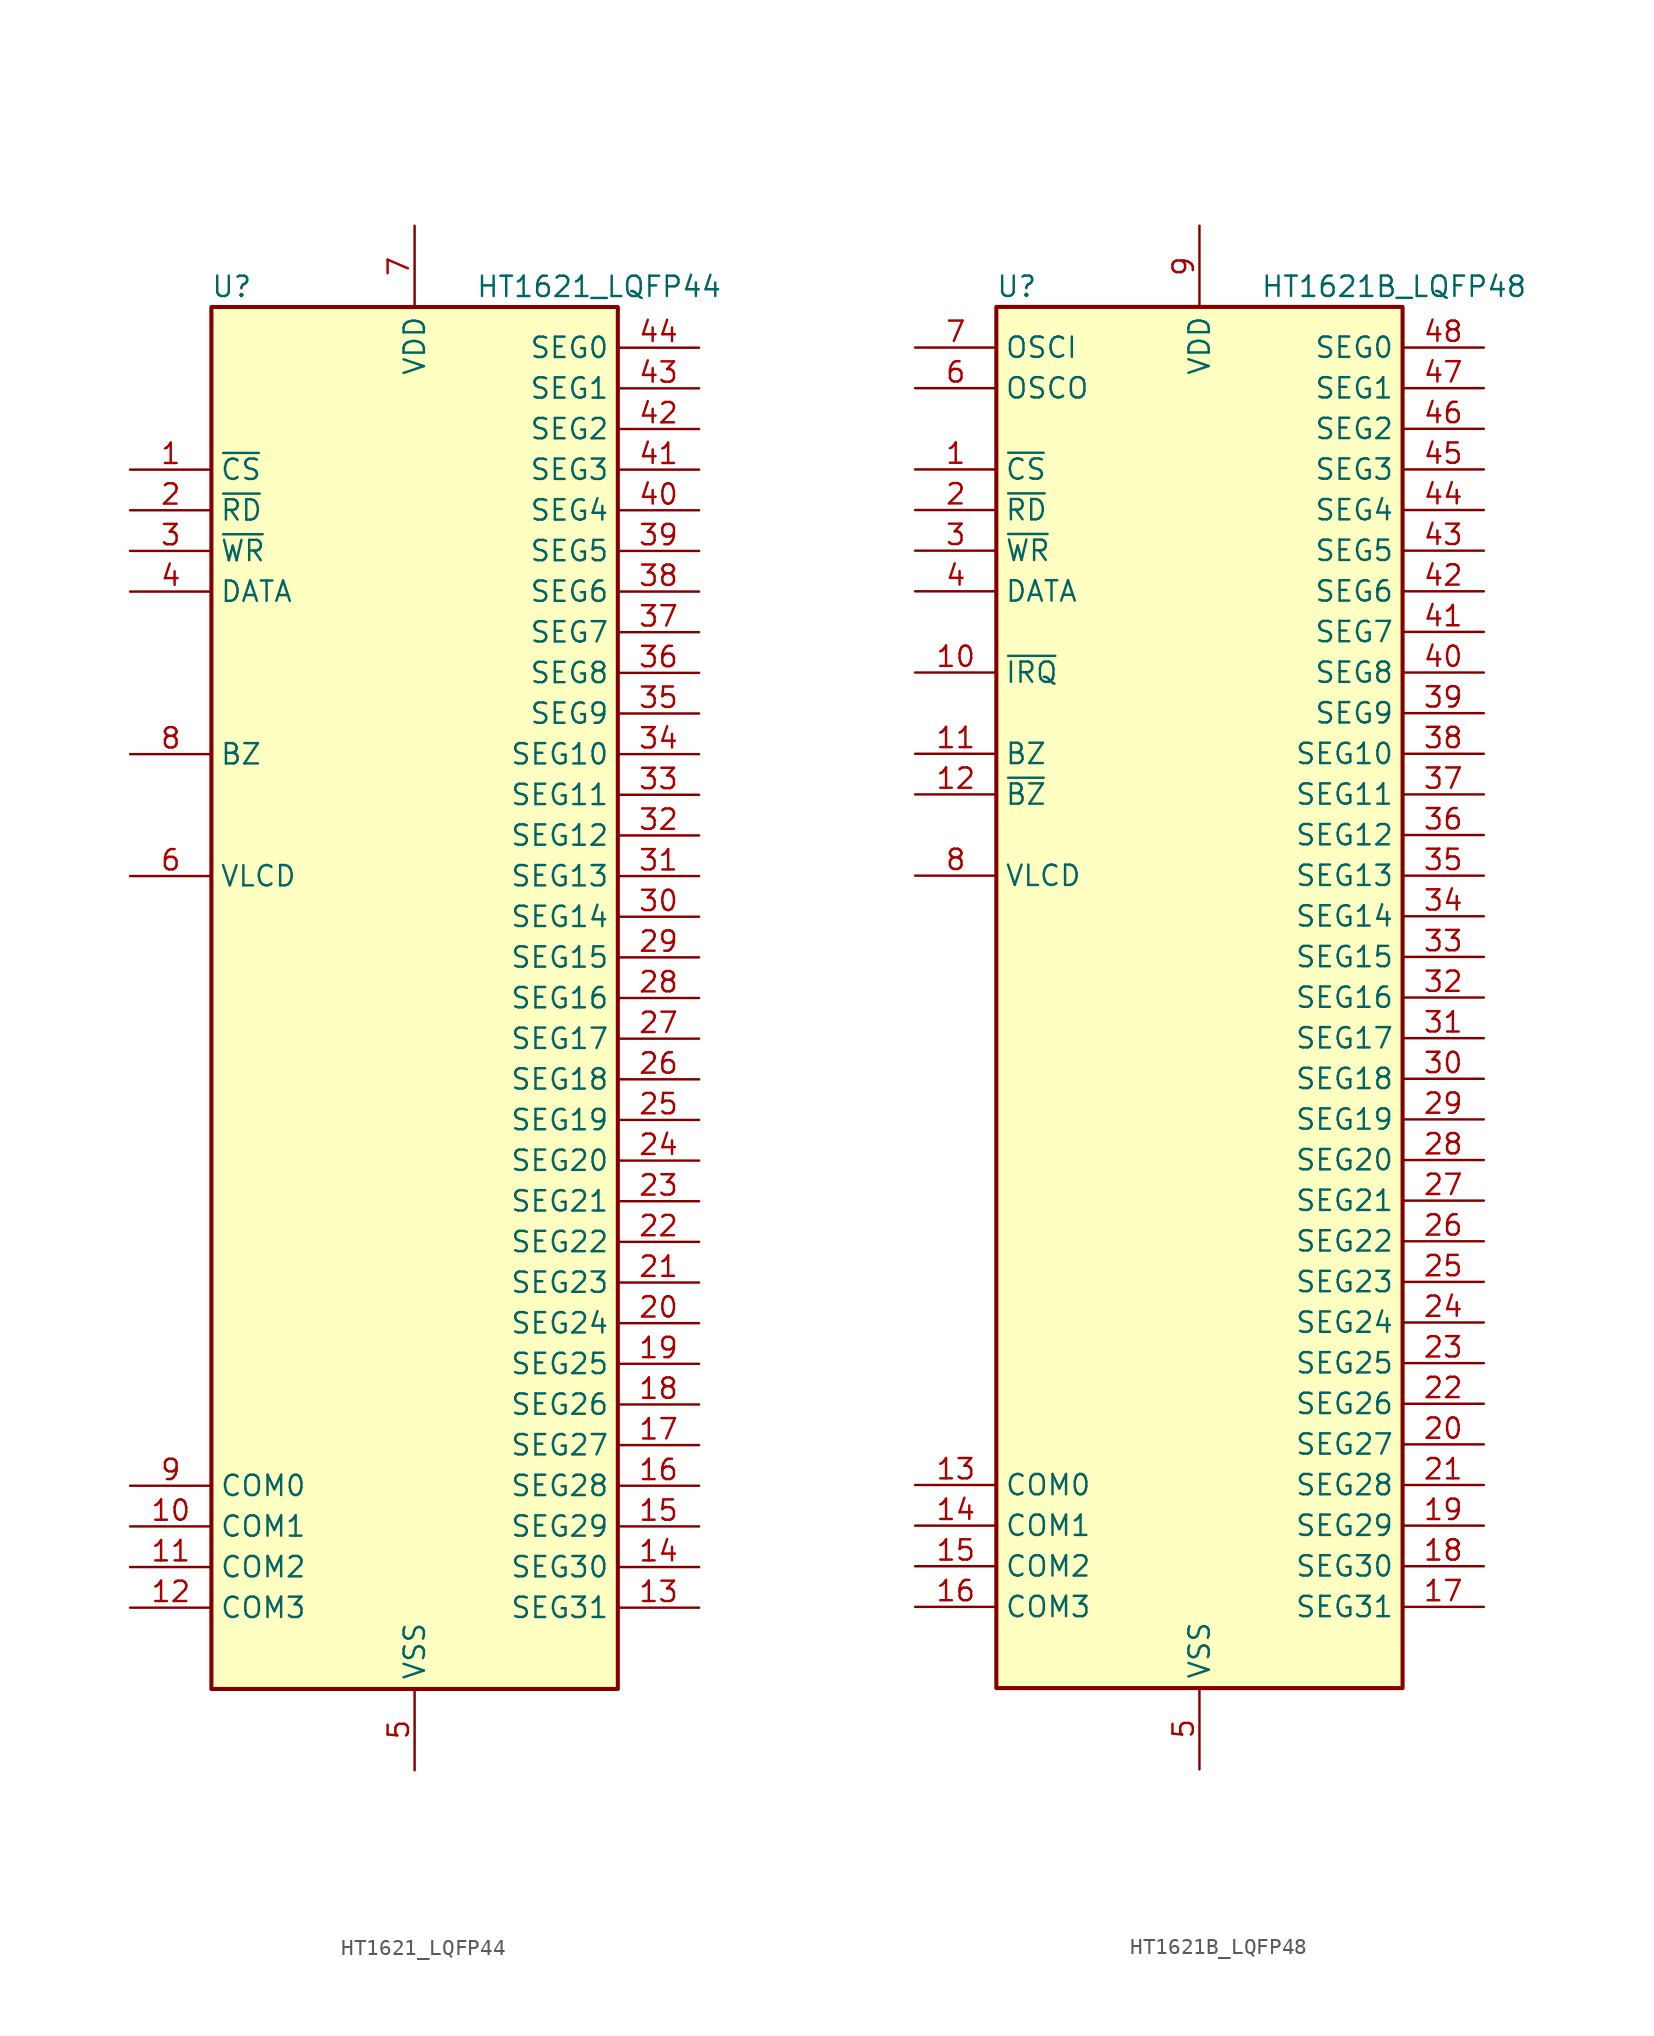
<source format=kicad_sym>
(kicad_symbol_lib
  (version 20211014)
  (generator kicad_symbol_editor)
  (symbol "HT1621_LQFP44"
    (property "Reference" "U"
      (at -11.43 44.45 0)
      (effects (font (size 1.27 1.27))))
    (property "Value" "HT1621_LQFP44"
      (at 3.81 44.45 0)
      (effects (font (size 1.27 1.27)) (justify left)))
    (symbol "HT1621_LQFP44_0_1"
      (rectangle (start -12.7 43.18) (end 12.7 -43.18) (stroke (width 0.254) (type default) (color 0 0 0 0)) (fill (type background))))
    (symbol "HT1621_LQFP44_1_1"
      (pin input line (at -17.78 33.02 0) (length 5.08) (name "~{CS}" (effects (font (size 1.27 1.27)))) (number "1" (effects (font (size 1.27 1.27)))))
      (pin output line (at -17.78 -33.02 0) (length 5.08) (name "COM1" (effects (font (size 1.27 1.27)))) (number "10" (effects (font (size 1.27 1.27)))))
      (pin output line (at -17.78 -35.56 0) (length 5.08) (name "COM2" (effects (font (size 1.27 1.27)))) (number "11" (effects (font (size 1.27 1.27)))))
      (pin output line (at -17.78 -38.1 0) (length 5.08) (name "COM3" (effects (font (size 1.27 1.27)))) (number "12" (effects (font (size 1.27 1.27)))))
      (pin output line (at 17.78 -38.1 180) (length 5.08) (name "SEG31" (effects (font (size 1.27 1.27)))) (number "13" (effects (font (size 1.27 1.27)))))
      (pin output line (at 17.78 -35.56 180) (length 5.08) (name "SEG30" (effects (font (size 1.27 1.27)))) (number "14" (effects (font (size 1.27 1.27)))))
      (pin output line (at 17.78 -33.02 180) (length 5.08) (name "SEG29" (effects (font (size 1.27 1.27)))) (number "15" (effects (font (size 1.27 1.27)))))
      (pin output line (at 17.78 -30.48 180) (length 5.08) (name "SEG28" (effects (font (size 1.27 1.27)))) (number "16" (effects (font (size 1.27 1.27)))))
      (pin output line (at 17.78 -27.94 180) (length 5.08) (name "SEG27" (effects (font (size 1.27 1.27)))) (number "17" (effects (font (size 1.27 1.27)))))
      (pin output line (at 17.78 -25.4 180) (length 5.08) (name "SEG26" (effects (font (size 1.27 1.27)))) (number "18" (effects (font (size 1.27 1.27)))))
      (pin output line (at 17.78 -22.86 180) (length 5.08) (name "SEG25" (effects (font (size 1.27 1.27)))) (number "19" (effects (font (size 1.27 1.27)))))
      (pin input line (at -17.78 30.48 0) (length 5.08) (name "~{RD}" (effects (font (size 1.27 1.27)))) (number "2" (effects (font (size 1.27 1.27)))))
      (pin output line (at 17.78 -20.32 180) (length 5.08) (name "SEG24" (effects (font (size 1.27 1.27)))) (number "20" (effects (font (size 1.27 1.27)))))
      (pin output line (at 17.78 -17.78 180) (length 5.08) (name "SEG23" (effects (font (size 1.27 1.27)))) (number "21" (effects (font (size 1.27 1.27)))))
      (pin output line (at 17.78 -15.24 180) (length 5.08) (name "SEG22" (effects (font (size 1.27 1.27)))) (number "22" (effects (font (size 1.27 1.27)))))
      (pin output line (at 17.78 -12.7 180) (length 5.08) (name "SEG21" (effects (font (size 1.27 1.27)))) (number "23" (effects (font (size 1.27 1.27)))))
      (pin output line (at 17.78 -10.16 180) (length 5.08) (name "SEG20" (effects (font (size 1.27 1.27)))) (number "24" (effects (font (size 1.27 1.27)))))
      (pin output line (at 17.78 -7.62 180) (length 5.08) (name "SEG19" (effects (font (size 1.27 1.27)))) (number "25" (effects (font (size 1.27 1.27)))))
      (pin output line (at 17.78 -5.08 180) (length 5.08) (name "SEG18" (effects (font (size 1.27 1.27)))) (number "26" (effects (font (size 1.27 1.27)))))
      (pin output line (at 17.78 -2.54 180) (length 5.08) (name "SEG17" (effects (font (size 1.27 1.27)))) (number "27" (effects (font (size 1.27 1.27)))))
      (pin output line (at 17.78 0 180) (length 5.08) (name "SEG16" (effects (font (size 1.27 1.27)))) (number "28" (effects (font (size 1.27 1.27)))))
      (pin output line (at 17.78 2.54 180) (length 5.08) (name "SEG15" (effects (font (size 1.27 1.27)))) (number "29" (effects (font (size 1.27 1.27)))))
      (pin input line (at -17.78 27.94 0) (length 5.08) (name "~{WR}" (effects (font (size 1.27 1.27)))) (number "3" (effects (font (size 1.27 1.27)))))
      (pin output line (at 17.78 5.08 180) (length 5.08) (name "SEG14" (effects (font (size 1.27 1.27)))) (number "30" (effects (font (size 1.27 1.27)))))
      (pin output line (at 17.78 7.62 180) (length 5.08) (name "SEG13" (effects (font (size 1.27 1.27)))) (number "31" (effects (font (size 1.27 1.27)))))
      (pin output line (at 17.78 10.16 180) (length 5.08) (name "SEG12" (effects (font (size 1.27 1.27)))) (number "32" (effects (font (size 1.27 1.27)))))
      (pin output line (at 17.78 12.7 180) (length 5.08) (name "SEG11" (effects (font (size 1.27 1.27)))) (number "33" (effects (font (size 1.27 1.27)))))
      (pin output line (at 17.78 15.24 180) (length 5.08) (name "SEG10" (effects (font (size 1.27 1.27)))) (number "34" (effects (font (size 1.27 1.27)))))
      (pin output line (at 17.78 17.78 180) (length 5.08) (name "SEG9" (effects (font (size 1.27 1.27)))) (number "35" (effects (font (size 1.27 1.27)))))
      (pin output line (at 17.78 20.32 180) (length 5.08) (name "SEG8" (effects (font (size 1.27 1.27)))) (number "36" (effects (font (size 1.27 1.27)))))
      (pin output line (at 17.78 22.86 180) (length 5.08) (name "SEG7" (effects (font (size 1.27 1.27)))) (number "37" (effects (font (size 1.27 1.27)))))
      (pin output line (at 17.78 25.4 180) (length 5.08) (name "SEG6" (effects (font (size 1.27 1.27)))) (number "38" (effects (font (size 1.27 1.27)))))
      (pin output line (at 17.78 27.94 180) (length 5.08) (name "SEG5" (effects (font (size 1.27 1.27)))) (number "39" (effects (font (size 1.27 1.27)))))
      (pin bidirectional line (at -17.78 25.4 0) (length 5.08) (name "DATA" (effects (font (size 1.27 1.27)))) (number "4" (effects (font (size 1.27 1.27)))))
      (pin output line (at 17.78 30.48 180) (length 5.08) (name "SEG4" (effects (font (size 1.27 1.27)))) (number "40" (effects (font (size 1.27 1.27)))))
      (pin output line (at 17.78 33.02 180) (length 5.08) (name "SEG3" (effects (font (size 1.27 1.27)))) (number "41" (effects (font (size 1.27 1.27)))))
      (pin output line (at 17.78 35.56 180) (length 5.08) (name "SEG2" (effects (font (size 1.27 1.27)))) (number "42" (effects (font (size 1.27 1.27)))))
      (pin output line (at 17.78 38.1 180) (length 5.08) (name "SEG1" (effects (font (size 1.27 1.27)))) (number "43" (effects (font (size 1.27 1.27)))))
      (pin output line (at 17.78 40.64 180) (length 5.08) (name "SEG0" (effects (font (size 1.27 1.27)))) (number "44" (effects (font (size 1.27 1.27)))))
      (pin power_in line (at 0 -48.26 90) (length 5.08) (name "VSS" (effects (font (size 1.27 1.27)))) (number "5" (effects (font (size 1.27 1.27)))))
      (pin input line (at -17.78 7.62 0) (length 5.08) (name "VLCD" (effects (font (size 1.27 1.27)))) (number "6" (effects (font (size 1.27 1.27)))))
      (pin power_in line (at 0 48.26 270) (length 5.08) (name "VDD" (effects (font (size 1.27 1.27)))) (number "7" (effects (font (size 1.27 1.27)))))
      (pin output line (at -17.78 15.24 0) (length 5.08) (name "BZ" (effects (font (size 1.27 1.27)))) (number "8" (effects (font (size 1.27 1.27)))))
      (pin output line (at -17.78 -30.48 0) (length 5.08) (name "COM0" (effects (font (size 1.27 1.27)))) (number "9" (effects (font (size 1.27 1.27)))))))
  (symbol "HT1621B_LQFP48"
    (property "Reference" "U"
      (at -11.43 44.45 0)
      (effects (font (size 1.27 1.27))))
    (property "Value" "HT1621B_LQFP48"
      (at 3.81 44.45 0)
      (effects (font (size 1.27 1.27)) (justify left)))
    (symbol "HT1621B_LQFP48_0_1"
      (rectangle (start -12.7 43.18) (end 12.7 -43.18) (stroke (width 0.254) (type default) (color 0 0 0 0)) (fill (type background))))
    (symbol "HT1621B_LQFP48_1_1"
      (pin input line (at -17.78 33.02 0) (length 5.08) (name "~{CS}" (effects (font (size 1.27 1.27)))) (number "1" (effects (font (size 1.27 1.27)))))
      (pin output line (at -17.78 20.32 0) (length 5.08) (name "~{IRQ}" (effects (font (size 1.27 1.27)))) (number "10" (effects (font (size 1.27 1.27)))))
      (pin output line (at -17.78 15.24 0) (length 5.08) (name "BZ" (effects (font (size 1.27 1.27)))) (number "11" (effects (font (size 1.27 1.27)))))
      (pin output line (at -17.78 12.7 0) (length 5.08) (name "~{BZ}" (effects (font (size 1.27 1.27)))) (number "12" (effects (font (size 1.27 1.27)))))
      (pin output line (at -17.78 -30.48 0) (length 5.08) (name "COM0" (effects (font (size 1.27 1.27)))) (number "13" (effects (font (size 1.27 1.27)))))
      (pin output line (at -17.78 -33.02 0) (length 5.08) (name "COM1" (effects (font (size 1.27 1.27)))) (number "14" (effects (font (size 1.27 1.27)))))
      (pin output line (at -17.78 -35.56 0) (length 5.08) (name "COM2" (effects (font (size 1.27 1.27)))) (number "15" (effects (font (size 1.27 1.27)))))
      (pin output line (at -17.78 -38.1 0) (length 5.08) (name "COM3" (effects (font (size 1.27 1.27)))) (number "16" (effects (font (size 1.27 1.27)))))
      (pin output line (at 17.78 -38.1 180) (length 5.08) (name "SEG31" (effects (font (size 1.27 1.27)))) (number "17" (effects (font (size 1.27 1.27)))))
      (pin output line (at 17.78 -35.56 180) (length 5.08) (name "SEG30" (effects (font (size 1.27 1.27)))) (number "18" (effects (font (size 1.27 1.27)))))
      (pin output line (at 17.78 -33.02 180) (length 5.08) (name "SEG29" (effects (font (size 1.27 1.27)))) (number "19" (effects (font (size 1.27 1.27)))))
      (pin input line (at -17.78 30.48 0) (length 5.08) (name "~{RD}" (effects (font (size 1.27 1.27)))) (number "2" (effects (font (size 1.27 1.27)))))
      (pin output line (at 17.78 -27.94 180) (length 5.08) (name "SEG27" (effects (font (size 1.27 1.27)))) (number "20" (effects (font (size 1.27 1.27)))))
      (pin output line (at 17.78 -30.48 180) (length 5.08) (name "SEG28" (effects (font (size 1.27 1.27)))) (number "21" (effects (font (size 1.27 1.27)))))
      (pin output line (at 17.78 -25.4 180) (length 5.08) (name "SEG26" (effects (font (size 1.27 1.27)))) (number "22" (effects (font (size 1.27 1.27)))))
      (pin output line (at 17.78 -22.86 180) (length 5.08) (name "SEG25" (effects (font (size 1.27 1.27)))) (number "23" (effects (font (size 1.27 1.27)))))
      (pin output line (at 17.78 -20.32 180) (length 5.08) (name "SEG24" (effects (font (size 1.27 1.27)))) (number "24" (effects (font (size 1.27 1.27)))))
      (pin output line (at 17.78 -17.78 180) (length 5.08) (name "SEG23" (effects (font (size 1.27 1.27)))) (number "25" (effects (font (size 1.27 1.27)))))
      (pin output line (at 17.78 -15.24 180) (length 5.08) (name "SEG22" (effects (font (size 1.27 1.27)))) (number "26" (effects (font (size 1.27 1.27)))))
      (pin output line (at 17.78 -12.7 180) (length 5.08) (name "SEG21" (effects (font (size 1.27 1.27)))) (number "27" (effects (font (size 1.27 1.27)))))
      (pin output line (at 17.78 -10.16 180) (length 5.08) (name "SEG20" (effects (font (size 1.27 1.27)))) (number "28" (effects (font (size 1.27 1.27)))))
      (pin output line (at 17.78 -7.62 180) (length 5.08) (name "SEG19" (effects (font (size 1.27 1.27)))) (number "29" (effects (font (size 1.27 1.27)))))
      (pin input line (at -17.78 27.94 0) (length 5.08) (name "~{WR}" (effects (font (size 1.27 1.27)))) (number "3" (effects (font (size 1.27 1.27)))))
      (pin output line (at 17.78 -5.08 180) (length 5.08) (name "SEG18" (effects (font (size 1.27 1.27)))) (number "30" (effects (font (size 1.27 1.27)))))
      (pin output line (at 17.78 -2.54 180) (length 5.08) (name "SEG17" (effects (font (size 1.27 1.27)))) (number "31" (effects (font (size 1.27 1.27)))))
      (pin output line (at 17.78 0 180) (length 5.08) (name "SEG16" (effects (font (size 1.27 1.27)))) (number "32" (effects (font (size 1.27 1.27)))))
      (pin output line (at 17.78 2.54 180) (length 5.08) (name "SEG15" (effects (font (size 1.27 1.27)))) (number "33" (effects (font (size 1.27 1.27)))))
      (pin output line (at 17.78 5.08 180) (length 5.08) (name "SEG14" (effects (font (size 1.27 1.27)))) (number "34" (effects (font (size 1.27 1.27)))))
      (pin output line (at 17.78 7.62 180) (length 5.08) (name "SEG13" (effects (font (size 1.27 1.27)))) (number "35" (effects (font (size 1.27 1.27)))))
      (pin output line (at 17.78 10.16 180) (length 5.08) (name "SEG12" (effects (font (size 1.27 1.27)))) (number "36" (effects (font (size 1.27 1.27)))))
      (pin output line (at 17.78 12.7 180) (length 5.08) (name "SEG11" (effects (font (size 1.27 1.27)))) (number "37" (effects (font (size 1.27 1.27)))))
      (pin output line (at 17.78 15.24 180) (length 5.08) (name "SEG10" (effects (font (size 1.27 1.27)))) (number "38" (effects (font (size 1.27 1.27)))))
      (pin output line (at 17.78 17.78 180) (length 5.08) (name "SEG9" (effects (font (size 1.27 1.27)))) (number "39" (effects (font (size 1.27 1.27)))))
      (pin bidirectional line (at -17.78 25.4 0) (length 5.08) (name "DATA" (effects (font (size 1.27 1.27)))) (number "4" (effects (font (size 1.27 1.27)))))
      (pin output line (at 17.78 20.32 180) (length 5.08) (name "SEG8" (effects (font (size 1.27 1.27)))) (number "40" (effects (font (size 1.27 1.27)))))
      (pin output line (at 17.78 22.86 180) (length 5.08) (name "SEG7" (effects (font (size 1.27 1.27)))) (number "41" (effects (font (size 1.27 1.27)))))
      (pin output line (at 17.78 25.4 180) (length 5.08) (name "SEG6" (effects (font (size 1.27 1.27)))) (number "42" (effects (font (size 1.27 1.27)))))
      (pin output line (at 17.78 27.94 180) (length 5.08) (name "SEG5" (effects (font (size 1.27 1.27)))) (number "43" (effects (font (size 1.27 1.27)))))
      (pin output line (at 17.78 30.48 180) (length 5.08) (name "SEG4" (effects (font (size 1.27 1.27)))) (number "44" (effects (font (size 1.27 1.27)))))
      (pin output line (at 17.78 33.02 180) (length 5.08) (name "SEG3" (effects (font (size 1.27 1.27)))) (number "45" (effects (font (size 1.27 1.27)))))
      (pin output line (at 17.78 35.56 180) (length 5.08) (name "SEG2" (effects (font (size 1.27 1.27)))) (number "46" (effects (font (size 1.27 1.27)))))
      (pin output line (at 17.78 38.1 180) (length 5.08) (name "SEG1" (effects (font (size 1.27 1.27)))) (number "47" (effects (font (size 1.27 1.27)))))
      (pin output line (at 17.78 40.64 180) (length 5.08) (name "SEG0" (effects (font (size 1.27 1.27)))) (number "48" (effects (font (size 1.27 1.27)))))
      (pin power_in line (at 0 -48.26 90) (length 5.08) (name "VSS" (effects (font (size 1.27 1.27)))) (number "5" (effects (font (size 1.27 1.27)))))
      (pin output line (at -17.78 38.1 0) (length 5.08) (name "OSCO" (effects (font (size 1.27 1.27)))) (number "6" (effects (font (size 1.27 1.27)))))
      (pin input line (at -17.78 40.64 0) (length 5.08) (name "OSCI" (effects (font (size 1.27 1.27)))) (number "7" (effects (font (size 1.27 1.27)))))
      (pin input line (at -17.78 7.62 0) (length 5.08) (name "VLCD" (effects (font (size 1.27 1.27)))) (number "8" (effects (font (size 1.27 1.27)))))
      (pin power_in line (at 0 48.26 270) (length 5.08) (name "VDD" (effects (font (size 1.27 1.27)))) (number "9" (effects (font (size 1.27 1.27))))))))
</source>
